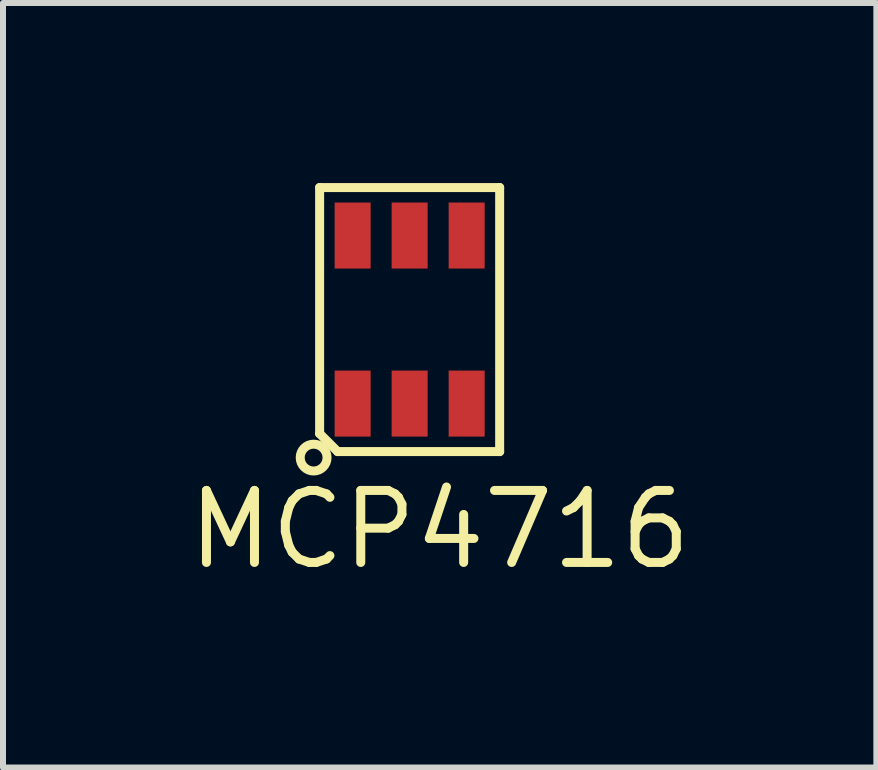
<source format=kicad_pcb>
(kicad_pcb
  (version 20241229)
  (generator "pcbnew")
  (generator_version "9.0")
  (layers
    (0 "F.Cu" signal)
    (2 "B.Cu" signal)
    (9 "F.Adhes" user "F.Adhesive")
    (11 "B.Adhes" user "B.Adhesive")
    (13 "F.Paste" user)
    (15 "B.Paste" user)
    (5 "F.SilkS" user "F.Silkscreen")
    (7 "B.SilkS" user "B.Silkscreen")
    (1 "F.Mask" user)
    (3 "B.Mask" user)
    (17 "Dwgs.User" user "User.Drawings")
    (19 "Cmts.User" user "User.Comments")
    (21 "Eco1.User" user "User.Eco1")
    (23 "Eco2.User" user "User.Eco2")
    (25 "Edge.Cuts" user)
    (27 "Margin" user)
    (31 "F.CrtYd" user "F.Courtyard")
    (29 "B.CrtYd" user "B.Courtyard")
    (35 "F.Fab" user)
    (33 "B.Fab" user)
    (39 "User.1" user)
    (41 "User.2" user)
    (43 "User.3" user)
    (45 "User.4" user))
  (footprint "MCP4716"
    (layer "F.Cu")
    (at 3.776 2.275)
    (property "Reference" "MCP4716" (at 0.5 3.5 180) (layer "F.SilkS") (effects (font (size 1.2 1.2) (thickness 0.15))))
    (attr through_hole)
    (fp_line (start -1.5 -2.2) (end -1.5 1.9) (stroke (width 0.15) (type solid)) (layer "F.SilkS"))
    (fp_line (start -1.5 1.9) (end -1.2 2.2) (stroke (width 0.15) (type solid)) (layer "F.SilkS"))
    (fp_line (start -1.2 2.2) (end 1.5 2.2) (stroke (width 0.15) (type solid)) (layer "F.SilkS"))
    (fp_line (start 1.5 -2.2) (end -1.5 -2.2) (stroke (width 0.15) (type solid)) (layer "F.SilkS"))
    (fp_line (start 1.5 2.2) (end 1.5 -2.2) (stroke (width 0.15) (type solid)) (layer "F.SilkS"))
    (fp_circle (center -1.6 2.3) (end -1.8 2.2) (stroke (width 0.15) (type solid)) (fill no) (layer "F.SilkS"))
    (pad "1" smd rect (at -0.95 1.4) (size 0.6 1.1) (layers "F.Cu" "F.Mask" "F.Paste"))
    (pad "2" smd rect (at 0 1.4) (size 0.6 1.1) (layers "F.Cu" "F.Mask" "F.Paste"))
    (pad "3" smd rect (at 0.95 1.4) (size 0.6 1.1) (layers "F.Cu" "F.Mask" "F.Paste"))
    (pad "4" smd rect (at 0.95 -1.4) (size 0.6 1.1) (layers "F.Cu" "F.Mask" "F.Paste"))
    (pad "5" smd rect (at 0 -1.4) (size 0.6 1.1) (layers "F.Cu" "F.Mask" "F.Paste"))
    (pad "6" smd rect (at -0.95 -1.4) (size 0.6 1.1) (layers "F.Cu" "F.Mask" "F.Paste")))
  (gr_rect
    (start -3 -3)
    (end 11.553 9.74)
    (stroke (width 0.1) (type default))
    (fill no)
    (layer "Edge.Cuts")))
</source>
